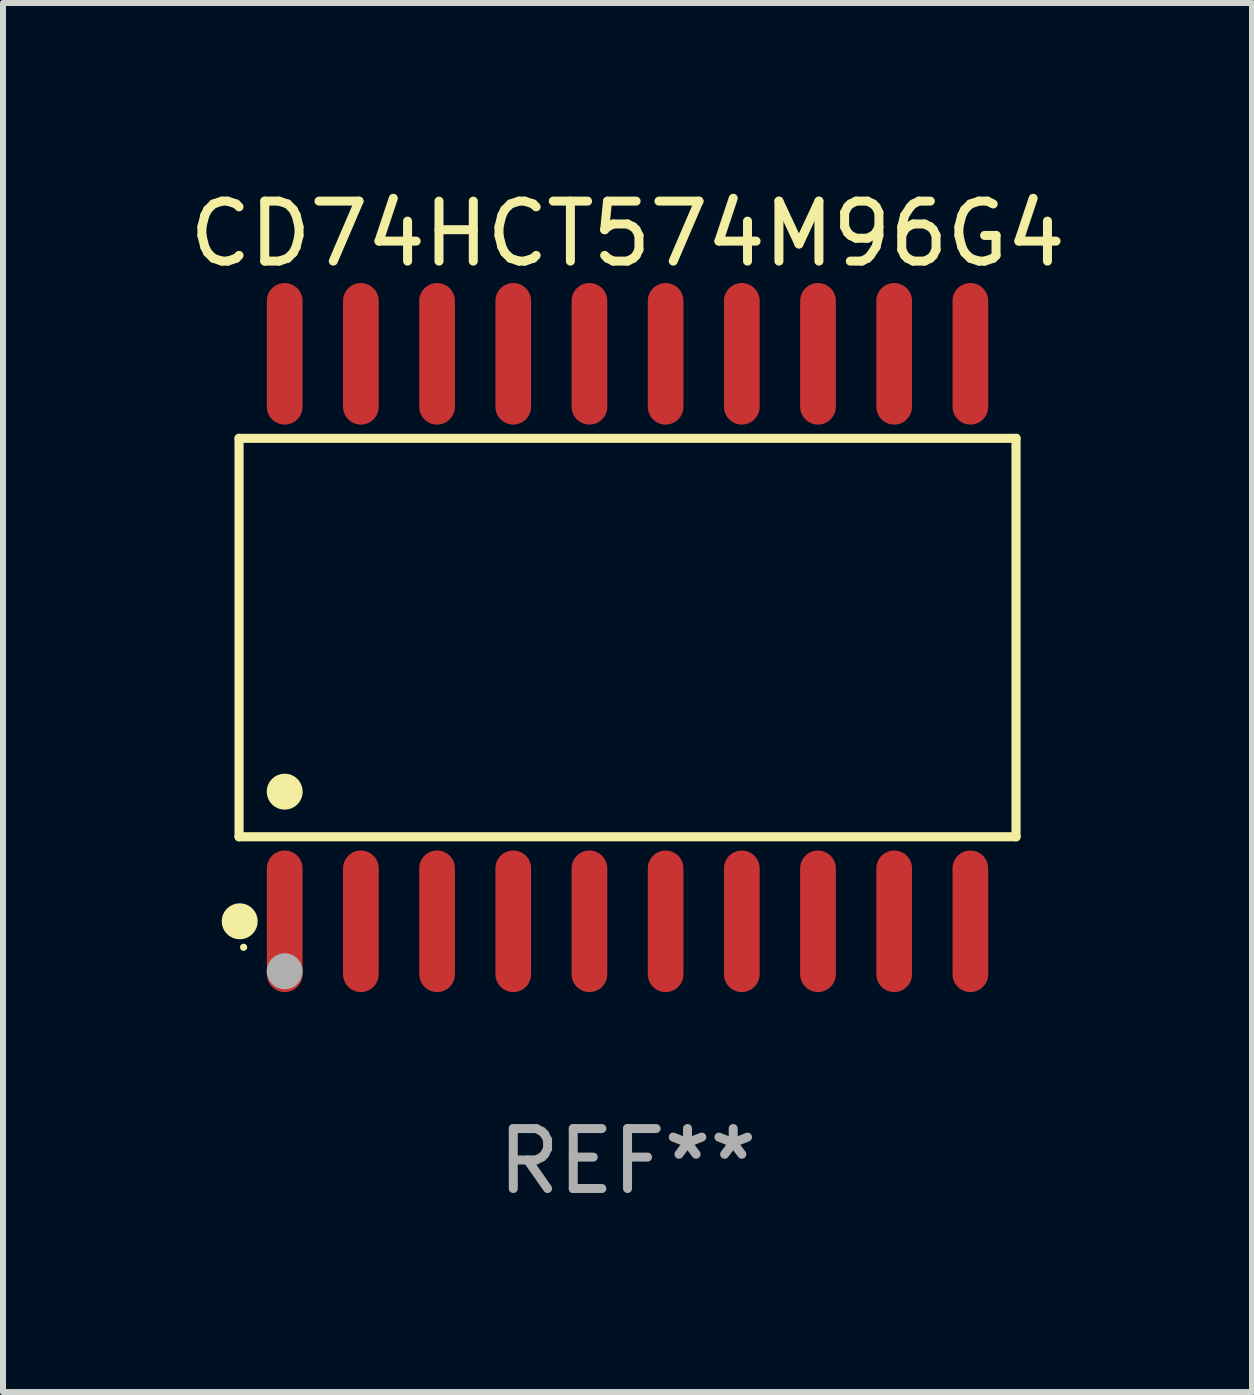
<source format=kicad_pcb>
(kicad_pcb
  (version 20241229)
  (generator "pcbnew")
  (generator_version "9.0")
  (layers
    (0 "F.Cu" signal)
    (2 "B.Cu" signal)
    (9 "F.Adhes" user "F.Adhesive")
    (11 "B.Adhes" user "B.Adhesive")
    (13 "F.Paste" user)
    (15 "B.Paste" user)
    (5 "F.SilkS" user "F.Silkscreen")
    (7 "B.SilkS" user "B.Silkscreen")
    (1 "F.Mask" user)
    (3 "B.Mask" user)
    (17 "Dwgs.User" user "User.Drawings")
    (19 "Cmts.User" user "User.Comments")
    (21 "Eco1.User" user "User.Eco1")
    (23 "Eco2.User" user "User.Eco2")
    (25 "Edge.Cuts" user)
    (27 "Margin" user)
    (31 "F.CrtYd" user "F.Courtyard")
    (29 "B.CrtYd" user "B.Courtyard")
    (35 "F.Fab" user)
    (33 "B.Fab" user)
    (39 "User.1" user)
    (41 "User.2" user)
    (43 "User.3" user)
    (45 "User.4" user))
  (footprint "CD74HCT574M96G4"
    (layer "F.Cu")
    (at 7.411 7.578)
    (property "Reference" "CD74HCT574M96G4" (at 0 -6.73 0) (layer "F.SilkS") (effects (font (size 1 1) (thickness 0.15))))
    (attr through_hole)
    (fp_line (start -6.476 -3.321) (end 6.476 -3.321) (stroke (width 0.152) (type solid)) (layer "F.SilkS"))
    (fp_line (start -6.476 3.321) (end -6.476 -3.321) (stroke (width 0.152) (type solid)) (layer "F.SilkS"))
    (fp_line (start 6.476 -3.321) (end 6.476 3.321) (stroke (width 0.152) (type solid)) (layer "F.SilkS"))
    (fp_line (start 6.476 3.321) (end -6.476 3.321) (stroke (width 0.152) (type solid)) (layer "F.SilkS"))
    (fp_circle (center -6.465 4.73) (end -6.315 4.73) (stroke (width 0.3) (type solid)) (fill no) (layer "F.SilkS"))
    (fp_circle (center -6.4 5.163) (end -6.37 5.163) (stroke (width 0.06) (type solid)) (fill no) (layer "F.SilkS"))
    (fp_circle (center -5.715 2.569) (end -5.565 2.569) (stroke (width 0.3) (type solid)) (fill no) (layer "F.SilkS"))
    (fp_circle (center -5.715 5.563) (end -5.565 5.563) (stroke (width 0.3) (type solid)) (fill no) (layer "F.Fab"))
    (fp_text user "REF**" (at 0 8.73 0) (layer "F.Fab") (effects (font (size 1 1) (thickness 0.15))))
    (pad "1" smd oval (at -5.715 4.73) (size 0.595 2.36) (layers "F.Cu" "F.Mask" "F.Paste"))
    (pad "2" smd oval (at -4.445 4.73) (size 0.595 2.36) (layers "F.Cu" "F.Mask" "F.Paste"))
    (pad "3" smd oval (at -3.175 4.73) (size 0.595 2.36) (layers "F.Cu" "F.Mask" "F.Paste"))
    (pad "4" smd oval (at -1.905 4.73) (size 0.595 2.36) (layers "F.Cu" "F.Mask" "F.Paste"))
    (pad "5" smd oval (at -0.635 4.73) (size 0.595 2.36) (layers "F.Cu" "F.Mask" "F.Paste"))
    (pad "6" smd oval (at 0.635 4.73) (size 0.595 2.36) (layers "F.Cu" "F.Mask" "F.Paste"))
    (pad "7" smd oval (at 1.905 4.73) (size 0.595 2.36) (layers "F.Cu" "F.Mask" "F.Paste"))
    (pad "8" smd oval (at 3.175 4.73) (size 0.595 2.36) (layers "F.Cu" "F.Mask" "F.Paste"))
    (pad "9" smd oval (at 4.445 4.73) (size 0.595 2.36) (layers "F.Cu" "F.Mask" "F.Paste"))
    (pad "10" smd oval (at 5.715 4.73) (size 0.595 2.36) (layers "F.Cu" "F.Mask" "F.Paste"))
    (pad "11" smd oval (at 5.715 -4.73) (size 0.595 2.36) (layers "F.Cu" "F.Mask" "F.Paste"))
    (pad "12" smd oval (at 4.445 -4.73) (size 0.595 2.36) (layers "F.Cu" "F.Mask" "F.Paste"))
    (pad "13" smd oval (at 3.175 -4.73) (size 0.595 2.36) (layers "F.Cu" "F.Mask" "F.Paste"))
    (pad "14" smd oval (at 1.905 -4.73) (size 0.595 2.36) (layers "F.Cu" "F.Mask" "F.Paste"))
    (pad "15" smd oval (at 0.635 -4.73) (size 0.595 2.36) (layers "F.Cu" "F.Mask" "F.Paste"))
    (pad "16" smd oval (at -0.635 -4.73) (size 0.595 2.36) (layers "F.Cu" "F.Mask" "F.Paste"))
    (pad "17" smd oval (at -1.905 -4.73) (size 0.595 2.36) (layers "F.Cu" "F.Mask" "F.Paste"))
    (pad "18" smd oval (at -3.175 -4.73) (size 0.595 2.36) (layers "F.Cu" "F.Mask" "F.Paste"))
    (pad "19" smd oval (at -4.445 -4.73) (size 0.595 2.36) (layers "F.Cu" "F.Mask" "F.Paste"))
    (pad "20" smd oval (at -5.715 -4.73) (size 0.595 2.36) (layers "F.Cu" "F.Mask" "F.Paste")))
  (gr_rect
    (start -3 -3)
    (end 17.821 20.156)
    (stroke (width 0.1) (type default))
    (fill no)
    (layer "Edge.Cuts")))
</source>
